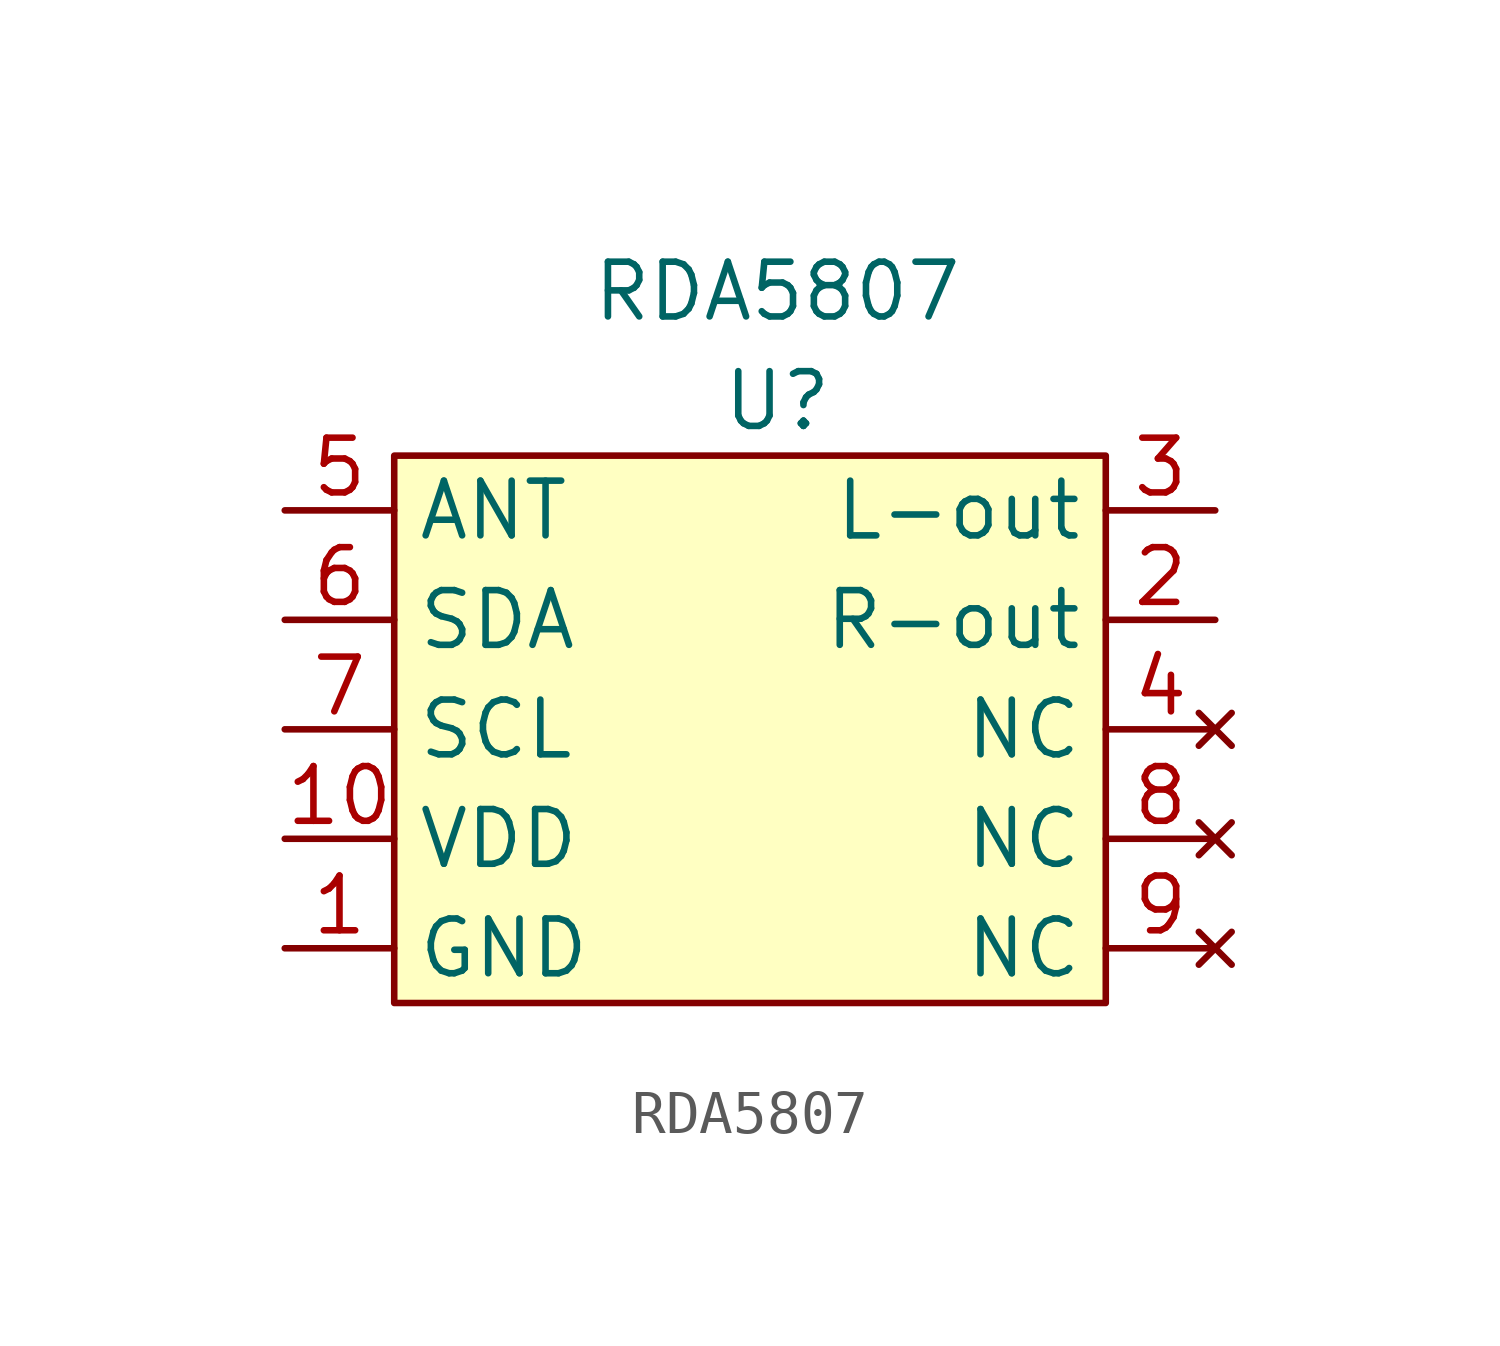
<source format=kicad_sym>
(kicad_symbol_lib
  (version 20211014)
  (generator kicad_symbol_editor)
  (symbol "RDA5807"
    (property "Reference" "U"
      (at 0 13.97 0)
      (effects (font (size 1.27 1.27))))
    (property "Value" "RDA5807"
      (at 0 16.51 0)
      (effects (font (size 1.27 1.27))))
    (symbol "RDA5807_0_1"
      (rectangle (start -8.89 12.7) (end 7.62 0) (stroke (width 0) (type default) (color 0 0 0 0)) (fill (type background))))
    (symbol "RDA5807_1_1"
      (pin power_in line (at -11.43 1.27 0) (length 2.54) (name "GND" (effects (font (size 1.27 1.27)))) (number "1" (effects (font (size 1.27 1.27)))))
      (pin power_in line (at -11.43 3.81 0) (length 2.54) (name "VDD" (effects (font (size 1.27 1.27)))) (number "10" (effects (font (size 1.27 1.27)))))
      (pin output line (at 10.16 8.89 180) (length 2.54) (name "R-out" (effects (font (size 1.27 1.27)))) (number "2" (effects (font (size 1.27 1.27)))))
      (pin output line (at 10.16 11.43 180) (length 2.54) (name "L-out" (effects (font (size 1.27 1.27)))) (number "3" (effects (font (size 1.27 1.27)))))
      (pin no_connect line (at 10.16 6.35 180) (length 2.54) (name "NC" (effects (font (size 1.27 1.27)))) (number "4" (effects (font (size 1.27 1.27)))))
      (pin input line (at -11.43 11.43 0) (length 2.54) (name "ANT" (effects (font (size 1.27 1.27)))) (number "5" (effects (font (size 1.27 1.27)))))
      (pin tri_state line (at -11.43 8.89 0) (length 2.54) (name "SDA" (effects (font (size 1.27 1.27)))) (number "6" (effects (font (size 1.27 1.27)))))
      (pin input line (at -11.43 6.35 0) (length 2.54) (name "SCL" (effects (font (size 1.27 1.27)))) (number "7" (effects (font (size 1.27 1.27)))))
      (pin no_connect line (at 10.16 3.81 180) (length 2.54) (name "NC" (effects (font (size 1.27 1.27)))) (number "8" (effects (font (size 1.27 1.27)))))
      (pin no_connect line (at 10.16 1.27 180) (length 2.54) (name "NC" (effects (font (size 1.27 1.27)))) (number "9" (effects (font (size 1.27 1.27))))))))
</source>
